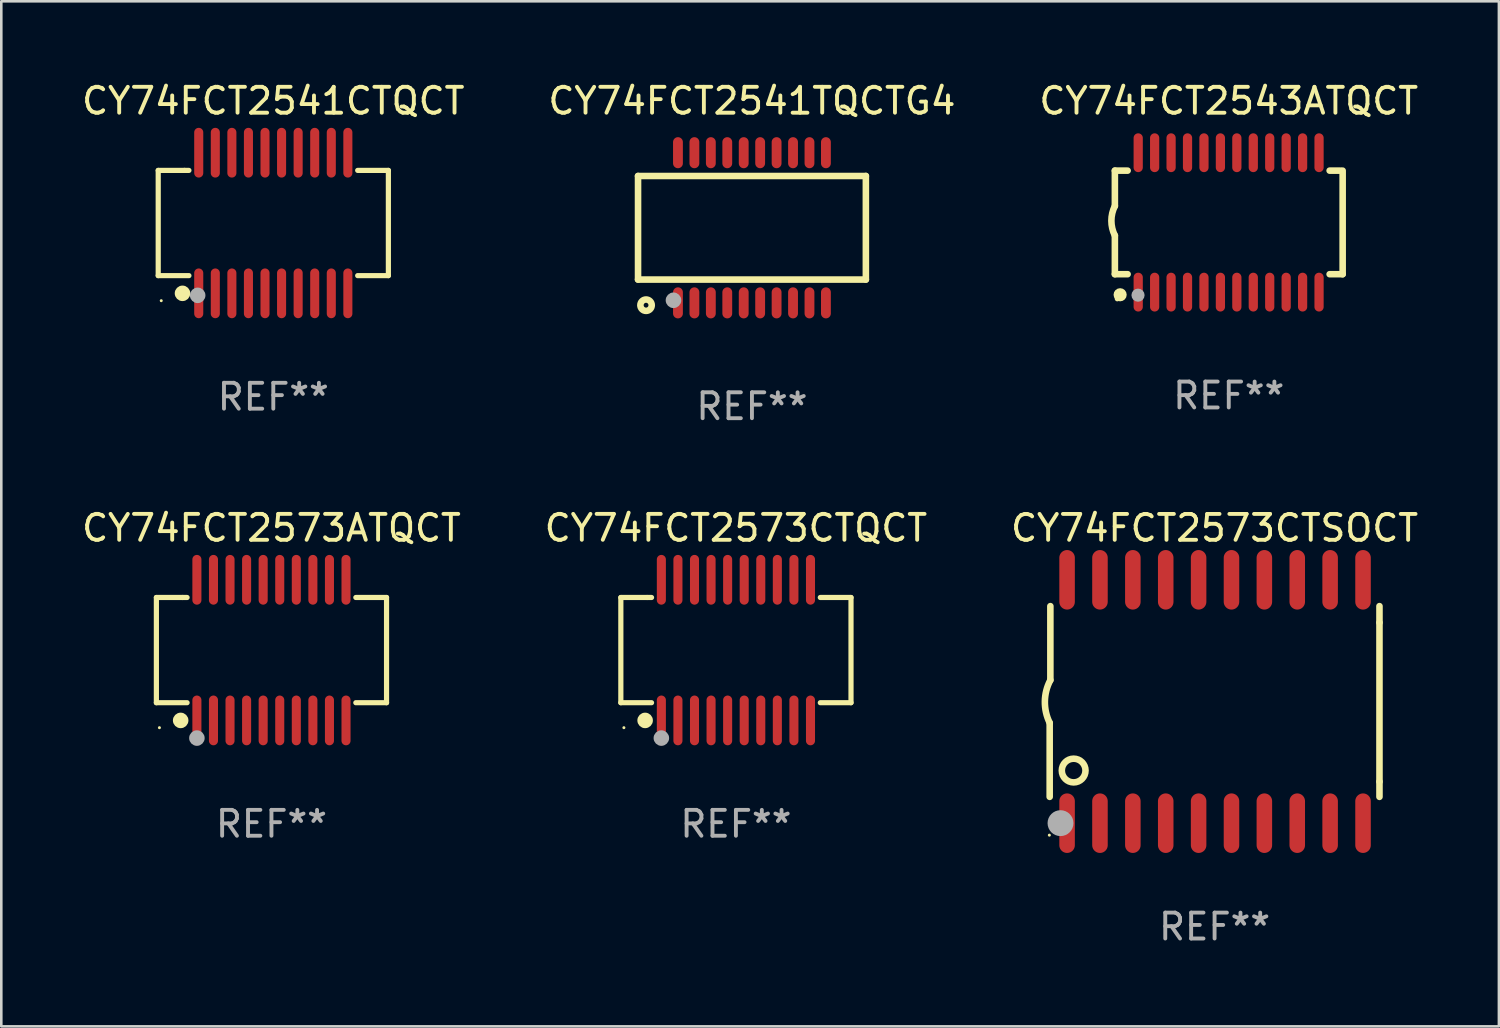
<source format=kicad_pcb>
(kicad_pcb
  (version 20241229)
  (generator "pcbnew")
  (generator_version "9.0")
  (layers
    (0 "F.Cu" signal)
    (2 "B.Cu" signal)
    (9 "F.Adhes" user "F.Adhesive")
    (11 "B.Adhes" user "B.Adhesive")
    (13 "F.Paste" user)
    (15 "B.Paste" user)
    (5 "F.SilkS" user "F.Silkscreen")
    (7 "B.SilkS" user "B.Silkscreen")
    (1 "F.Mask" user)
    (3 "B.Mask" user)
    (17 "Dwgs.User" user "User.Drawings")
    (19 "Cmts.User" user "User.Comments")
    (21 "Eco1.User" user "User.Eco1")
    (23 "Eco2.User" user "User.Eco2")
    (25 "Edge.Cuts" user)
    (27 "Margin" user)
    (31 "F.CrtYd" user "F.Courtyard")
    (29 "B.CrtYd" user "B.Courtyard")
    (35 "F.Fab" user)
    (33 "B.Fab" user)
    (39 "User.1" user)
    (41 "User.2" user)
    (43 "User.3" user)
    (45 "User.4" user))
  (footprint "CY74FCT2543ATQCT"
    (layer "F.Cu")
    (at 44.411 5.541)
    (property "Reference" "CY74FCT2543ATQCT" (at 0 -4.692 0) (layer "F.SilkS") (effects (font (size 1 1) (thickness 0.15))))
    (attr through_hole)
    (fp_line (start -4.399 -2) (end -4.399 -0.635) (stroke (width 0.254) (type solid)) (layer "F.SilkS"))
    (fp_line (start -4.399 -2) (end -3.907 -2) (stroke (width 0.254) (type solid)) (layer "F.SilkS"))
    (fp_line (start -4.399 2) (end -4.399 0.508) (stroke (width 0.254) (type solid)) (layer "F.SilkS"))
    (fp_line (start -4.399 2) (end -3.907 2) (stroke (width 0.254) (type solid)) (layer "F.SilkS"))
    (fp_line (start 3.896 -2) (end 4.313 -2) (stroke (width 0.254) (type solid)) (layer "F.SilkS"))
    (fp_line (start 3.896 2) (end 4.399 2) (stroke (width 0.254) (type solid)) (layer "F.SilkS"))
    (fp_line (start 4.399 2) (end 4.399 -2) (stroke (width 0.254) (type solid)) (layer "F.SilkS"))
    (fp_arc (start -4.399301 0.508001) (mid -4.534214 -0.0635) (end -4.399301 -0.635001) (stroke (width 0.254001) (type solid)) (layer "F.SilkS"))
    (fp_circle (center -4.305 2.95) (end -4.255 2.95) (stroke (width 0.1) (type solid)) (fill no) (layer "F.SilkS"))
    (fp_circle (center -4.196 2.794) (end -4.069 2.794) (stroke (width 0.254) (type solid)) (fill no) (layer "F.SilkS"))
    (fp_circle (center -3.505 2.81) (end -3.378 2.81) (stroke (width 0.254) (type solid)) (fill no) (layer "F.Fab"))
    (fp_text user "REF**" (at 0 6.692 0) (layer "F.Fab") (effects (font (size 1 1) (thickness 0.15))))
    (pad "1" smd oval (at -3.498 2.692 90) (size 1.5 0.356) (layers "F.Cu" "F.Mask" "F.Paste"))
    (pad "2" smd oval (at -2.863 2.692 90) (size 1.5 0.356) (layers "F.Cu" "F.Mask" "F.Paste"))
    (pad "3" smd oval (at -2.228 2.692 90) (size 1.5 0.356) (layers "F.Cu" "F.Mask" "F.Paste"))
    (pad "4" smd oval (at -1.593 2.692 90) (size 1.5 0.356) (layers "F.Cu" "F.Mask" "F.Paste"))
    (pad "5" smd oval (at -0.958 2.692 90) (size 1.5 0.356) (layers "F.Cu" "F.Mask" "F.Paste"))
    (pad "6" smd oval (at -0.323 2.692 90) (size 1.5 0.356) (layers "F.Cu" "F.Mask" "F.Paste"))
    (pad "7" smd oval (at 0.312 2.692 90) (size 1.5 0.356) (layers "F.Cu" "F.Mask" "F.Paste"))
    (pad "8" smd oval (at 0.947 2.692 90) (size 1.5 0.356) (layers "F.Cu" "F.Mask" "F.Paste"))
    (pad "9" smd oval (at 1.582 2.692 90) (size 1.5 0.356) (layers "F.Cu" "F.Mask" "F.Paste"))
    (pad "10" smd oval (at 2.217 2.692 90) (size 1.5 0.356) (layers "F.Cu" "F.Mask" "F.Paste"))
    (pad "11" smd oval (at 2.852 2.692 90) (size 1.5 0.356) (layers "F.Cu" "F.Mask" "F.Paste"))
    (pad "12" smd oval (at 3.487 2.692 90) (size 1.5 0.356) (layers "F.Cu" "F.Mask" "F.Paste"))
    (pad "13" smd oval (at 3.487 -2.692 90) (size 1.5 0.356) (layers "F.Cu" "F.Mask" "F.Paste"))
    (pad "14" smd oval (at 2.852 -2.692 90) (size 1.5 0.356) (layers "F.Cu" "F.Mask" "F.Paste"))
    (pad "15" smd oval (at 2.217 -2.692 90) (size 1.5 0.356) (layers "F.Cu" "F.Mask" "F.Paste"))
    (pad "16" smd oval (at 1.582 -2.692 90) (size 1.5 0.356) (layers "F.Cu" "F.Mask" "F.Paste"))
    (pad "17" smd oval (at 0.947 -2.692 90) (size 1.5 0.356) (layers "F.Cu" "F.Mask" "F.Paste"))
    (pad "18" smd oval (at 0.312 -2.692 90) (size 1.5 0.356) (layers "F.Cu" "F.Mask" "F.Paste"))
    (pad "19" smd oval (at -0.323 -2.692 90) (size 1.5 0.356) (layers "F.Cu" "F.Mask" "F.Paste"))
    (pad "20" smd oval (at -0.958 -2.692 90) (size 1.5 0.356) (layers "F.Cu" "F.Mask" "F.Paste"))
    (pad "21" smd oval (at -1.593 -2.692 90) (size 1.5 0.356) (layers "F.Cu" "F.Mask" "F.Paste"))
    (pad "22" smd oval (at -2.228 -2.692 90) (size 1.5 0.356) (layers "F.Cu" "F.Mask" "F.Paste"))
    (pad "23" smd oval (at -2.863 -2.692 90) (size 1.5 0.356) (layers "F.Cu" "F.Mask" "F.Paste"))
    (pad "24" smd oval (at -3.498 -2.692 90) (size 1.5 0.356) (layers "F.Cu" "F.Mask" "F.Paste")))
  (footprint "CY74FCT2541TQCTG4"
    (layer "F.Cu")
    (at 25.994 5.748)
    (property "Reference" "CY74FCT2541TQCTG4" (at 0 -4.9 0) (layer "F.SilkS") (effects (font (size 1 1) (thickness 0.15))))
    (attr through_hole)
    (fp_line (start -4.4 -2) (end -4.4 2) (stroke (width 0.254) (type solid)) (layer "F.SilkS"))
    (fp_line (start -4.4 -2) (end 4.4 -2) (stroke (width 0.254) (type solid)) (layer "F.SilkS"))
    (fp_line (start -4.4 2) (end 4.4 2) (stroke (width 0.254) (type solid)) (layer "F.SilkS"))
    (fp_line (start 4.4 -2) (end 4.4 2) (stroke (width 0.254) (type solid)) (layer "F.SilkS"))
    (fp_circle (center -4.351 3) (end -4.321 3) (stroke (width 0.06) (type solid)) (fill no) (layer "F.SilkS"))
    (fp_circle (center -4.09 2.99) (end -3.87 2.99) (stroke (width 0.254) (type solid)) (fill no) (layer "F.SilkS"))
    (fp_circle (center -3.031 2.8) (end -2.88 2.8) (stroke (width 0.3) (type solid)) (fill no) (layer "F.Fab"))
    (fp_text user "REF**" (at 0 6.9 0) (layer "F.Fab") (effects (font (size 1 1) (thickness 0.15))))
    (pad "1" smd oval (at -2.858 2.9 180) (size 0.38 1.2) (layers "F.Cu" "F.Mask" "F.Paste"))
    (pad "2" smd oval (at -2.223 2.9 180) (size 0.38 1.2) (layers "F.Cu" "F.Mask" "F.Paste"))
    (pad "3" smd oval (at -1.588 2.9 180) (size 0.38 1.2) (layers "F.Cu" "F.Mask" "F.Paste"))
    (pad "4" smd oval (at -0.953 2.9 180) (size 0.38 1.2) (layers "F.Cu" "F.Mask" "F.Paste"))
    (pad "5" smd oval (at -0.318 2.9 180) (size 0.38 1.2) (layers "F.Cu" "F.Mask" "F.Paste"))
    (pad "6" smd oval (at 0.317 2.9 180) (size 0.38 1.2) (layers "F.Cu" "F.Mask" "F.Paste"))
    (pad "7" smd oval (at 0.952 2.9 180) (size 0.38 1.2) (layers "F.Cu" "F.Mask" "F.Paste"))
    (pad "8" smd oval (at 1.587 2.9 180) (size 0.38 1.2) (layers "F.Cu" "F.Mask" "F.Paste"))
    (pad "9" smd oval (at 2.222 2.9 180) (size 0.38 1.2) (layers "F.Cu" "F.Mask" "F.Paste"))
    (pad "10" smd oval (at 2.857 2.9 180) (size 0.38 1.2) (layers "F.Cu" "F.Mask" "F.Paste"))
    (pad "11" smd oval (at 2.857 -2.9) (size 0.38 1.2) (layers "F.Cu" "F.Mask" "F.Paste"))
    (pad "12" smd oval (at 2.222 -2.9) (size 0.38 1.2) (layers "F.Cu" "F.Mask" "F.Paste"))
    (pad "13" smd oval (at 1.587 -2.9) (size 0.38 1.2) (layers "F.Cu" "F.Mask" "F.Paste"))
    (pad "14" smd oval (at 0.952 -2.9) (size 0.38 1.2) (layers "F.Cu" "F.Mask" "F.Paste"))
    (pad "15" smd oval (at 0.317 -2.9) (size 0.38 1.2) (layers "F.Cu" "F.Mask" "F.Paste"))
    (pad "16" smd oval (at -0.318 -2.9) (size 0.38 1.2) (layers "F.Cu" "F.Mask" "F.Paste"))
    (pad "17" smd oval (at -0.953 -2.9) (size 0.38 1.2) (layers "F.Cu" "F.Mask" "F.Paste"))
    (pad "18" smd oval (at -1.588 -2.9) (size 0.38 1.2) (layers "F.Cu" "F.Mask" "F.Paste"))
    (pad "19" smd oval (at -2.223 -2.9) (size 0.38 1.2) (layers "F.Cu" "F.Mask" "F.Paste"))
    (pad "20" smd oval (at -2.858 -2.9) (size 0.38 1.2) (layers "F.Cu" "F.Mask" "F.Paste")))
  (footprint "CY74FCT2573CTSOCT"
    (layer "F.Cu")
    (at 43.863 24.045)
    (property "Reference" "CY74FCT2573CTSOCT" (at 0 -6.7 0) (layer "F.SilkS") (effects (font (size 1 1) (thickness 0.15))))
    (attr through_hole)
    (fp_line (start -6.369 0.826) (end -6.369 3.683) (stroke (width 0.254) (type solid)) (layer "F.SilkS"))
    (fp_line (start -6.343 -0.825) (end -6.343 -3.683) (stroke (width 0.254) (type solid)) (layer "F.SilkS"))
    (fp_line (start 6.369 -3.048) (end 6.369 -3.683) (stroke (width 0.254) (type solid)) (layer "F.SilkS"))
    (fp_line (start 6.369 -3.048) (end 6.369 3.096) (stroke (width 0.254) (type solid)) (layer "F.SilkS"))
    (fp_line (start 6.369 3.096) (end 6.369 3.683) (stroke (width 0.254) (type solid)) (layer "F.SilkS"))
    (fp_arc (start -6.36853 0.825552) (mid -6.554743 -0.00301) (end -6.343129 -0.825451) (stroke (width 0.254001) (type solid)) (layer "F.SilkS"))
    (fp_circle (center -6.382 5.163) (end -6.352 5.163) (stroke (width 0.06) (type solid)) (fill no) (layer "F.SilkS"))
    (fp_circle (center -5.443 2.667) (end -4.985 2.667) (stroke (width 0.254) (type solid)) (fill no) (layer "F.SilkS"))
    (fp_circle (center -5.951 4.699) (end -5.701 4.699) (stroke (width 0.5) (type solid)) (fill no) (layer "F.Fab"))
    (fp_text user "REF**" (at 0 8.7 0) (layer "F.Fab") (effects (font (size 1 1) (thickness 0.15))))
    (pad "1" smd oval (at -5.697 4.7 180) (size 0.6 2.3) (layers "F.Cu" "F.Mask" "F.Paste"))
    (pad "2" smd oval (at -4.427 4.7 180) (size 0.6 2.3) (layers "F.Cu" "F.Mask" "F.Paste"))
    (pad "3" smd oval (at -3.157 4.7 180) (size 0.6 2.3) (layers "F.Cu" "F.Mask" "F.Paste"))
    (pad "4" smd oval (at -1.887 4.7 180) (size 0.6 2.3) (layers "F.Cu" "F.Mask" "F.Paste"))
    (pad "5" smd oval (at -0.617 4.7 180) (size 0.6 2.3) (layers "F.Cu" "F.Mask" "F.Paste"))
    (pad "6" smd oval (at 0.653 4.7 180) (size 0.6 2.3) (layers "F.Cu" "F.Mask" "F.Paste"))
    (pad "7" smd oval (at 1.923 4.7 180) (size 0.6 2.3) (layers "F.Cu" "F.Mask" "F.Paste"))
    (pad "8" smd oval (at 3.193 4.7 180) (size 0.6 2.3) (layers "F.Cu" "F.Mask" "F.Paste"))
    (pad "9" smd oval (at 4.463 4.7 180) (size 0.6 2.3) (layers "F.Cu" "F.Mask" "F.Paste"))
    (pad "10" smd oval (at 5.734 4.7 180) (size 0.6 2.3) (layers "F.Cu" "F.Mask" "F.Paste"))
    (pad "11" smd oval (at 5.734 -4.7 180) (size 0.6 2.3) (layers "F.Cu" "F.Mask" "F.Paste"))
    (pad "12" smd oval (at 4.463 -4.7 180) (size 0.6 2.3) (layers "F.Cu" "F.Mask" "F.Paste"))
    (pad "13" smd oval (at 3.193 -4.7 180) (size 0.6 2.3) (layers "F.Cu" "F.Mask" "F.Paste"))
    (pad "14" smd oval (at 1.923 -4.7 180) (size 0.6 2.3) (layers "F.Cu" "F.Mask" "F.Paste"))
    (pad "15" smd oval (at 0.653 -4.7 180) (size 0.6 2.3) (layers "F.Cu" "F.Mask" "F.Paste"))
    (pad "16" smd oval (at -0.617 -4.7 180) (size 0.6 2.3) (layers "F.Cu" "F.Mask" "F.Paste"))
    (pad "17" smd oval (at -1.887 -4.7 180) (size 0.6 2.3) (layers "F.Cu" "F.Mask" "F.Paste"))
    (pad "18" smd oval (at -3.157 -4.7 180) (size 0.6 2.3) (layers "F.Cu" "F.Mask" "F.Paste"))
    (pad "19" smd oval (at -4.427 -4.7 180) (size 0.6 2.3) (layers "F.Cu" "F.Mask" "F.Paste"))
    (pad "20" smd oval (at -5.697 -4.7 180) (size 0.6 2.3) (layers "F.Cu" "F.Mask" "F.Paste")))
  (footprint "CY74FCT2573CTQCT"
    (layer "F.Cu")
    (at 25.375 22.06)
    (property "Reference" "CY74FCT2573CTQCT" (at 0 -4.716 0) (layer "F.SilkS") (effects (font (size 1 1) (thickness 0.15))))
    (attr through_hole)
    (fp_line (start -4.445 -2.032) (end -4.445 2.032) (stroke (width 0.2) (type solid)) (layer "F.SilkS"))
    (fp_line (start -4.445 2.032) (end -3.259 2.032) (stroke (width 0.2) (type solid)) (layer "F.SilkS"))
    (fp_line (start -3.429 -2.032) (end -4.445 -2.032) (stroke (width 0.2) (type solid)) (layer "F.SilkS"))
    (fp_line (start -3.259 -2.032) (end -3.429 -2.032) (stroke (width 0.2) (type solid)) (layer "F.SilkS"))
    (fp_line (start 3.259 2.032) (end 4.445 2.032) (stroke (width 0.2) (type solid)) (layer "F.SilkS"))
    (fp_line (start 4.445 -2.032) (end 3.259 -2.032) (stroke (width 0.2) (type solid)) (layer "F.SilkS"))
    (fp_line (start 4.445 2.032) (end 4.445 -2.032) (stroke (width 0.2) (type solid)) (layer "F.SilkS"))
    (fp_circle (center -4.327 2.997) (end -4.297 2.997) (stroke (width 0.06) (type solid)) (fill no) (layer "F.SilkS"))
    (fp_circle (center -3.507 2.716) (end -3.357 2.716) (stroke (width 0.3) (type solid)) (fill no) (layer "F.SilkS"))
    (fp_circle (center -2.88 3.398) (end -2.73 3.398) (stroke (width 0.3) (type solid)) (fill no) (layer "F.Fab"))
    (fp_text user "REF**" (at 0 6.716 0) (layer "F.Fab") (effects (font (size 1 1) (thickness 0.15))))
    (pad "1" smd oval (at -2.88 2.716) (size 0.35 1.922) (layers "F.Cu" "F.Mask" "F.Paste"))
    (pad "2" smd oval (at -2.24 2.716) (size 0.35 1.922) (layers "F.Cu" "F.Mask" "F.Paste"))
    (pad "3" smd oval (at -1.6 2.716) (size 0.35 1.922) (layers "F.Cu" "F.Mask" "F.Paste"))
    (pad "4" smd oval (at -0.96 2.716) (size 0.35 1.922) (layers "F.Cu" "F.Mask" "F.Paste"))
    (pad "5" smd oval (at -0.32 2.716) (size 0.35 1.922) (layers "F.Cu" "F.Mask" "F.Paste"))
    (pad "6" smd oval (at 0.32 2.716) (size 0.35 1.922) (layers "F.Cu" "F.Mask" "F.Paste"))
    (pad "7" smd oval (at 0.96 2.716) (size 0.35 1.922) (layers "F.Cu" "F.Mask" "F.Paste"))
    (pad "8" smd oval (at 1.6 2.716) (size 0.35 1.922) (layers "F.Cu" "F.Mask" "F.Paste"))
    (pad "9" smd oval (at 2.24 2.716) (size 0.35 1.922) (layers "F.Cu" "F.Mask" "F.Paste"))
    (pad "10" smd oval (at 2.88 2.716) (size 0.35 1.922) (layers "F.Cu" "F.Mask" "F.Paste"))
    (pad "11" smd oval (at 2.88 -2.716) (size 0.35 1.922) (layers "F.Cu" "F.Mask" "F.Paste"))
    (pad "12" smd oval (at 2.24 -2.716) (size 0.35 1.922) (layers "F.Cu" "F.Mask" "F.Paste"))
    (pad "13" smd oval (at 1.6 -2.716) (size 0.35 1.922) (layers "F.Cu" "F.Mask" "F.Paste"))
    (pad "14" smd oval (at 0.96 -2.716) (size 0.35 1.922) (layers "F.Cu" "F.Mask" "F.Paste"))
    (pad "15" smd oval (at 0.32 -2.716) (size 0.35 1.922) (layers "F.Cu" "F.Mask" "F.Paste"))
    (pad "16" smd oval (at -0.32 -2.716) (size 0.35 1.922) (layers "F.Cu" "F.Mask" "F.Paste"))
    (pad "17" smd oval (at -0.96 -2.716) (size 0.35 1.922) (layers "F.Cu" "F.Mask" "F.Paste"))
    (pad "18" smd oval (at -1.6 -2.716) (size 0.35 1.922) (layers "F.Cu" "F.Mask" "F.Paste"))
    (pad "19" smd oval (at -2.24 -2.716) (size 0.35 1.922) (layers "F.Cu" "F.Mask" "F.Paste"))
    (pad "20" smd oval (at -2.88 -2.716) (size 0.35 1.922) (layers "F.Cu" "F.Mask" "F.Paste")))
  (footprint "CY74FCT2541CTQCT"
    (layer "F.Cu")
    (at 7.506 5.564)
    (property "Reference" "CY74FCT2541CTQCT" (at 0 -4.716 0) (layer "F.SilkS") (effects (font (size 1 1) (thickness 0.15))))
    (attr through_hole)
    (fp_line (start -4.445 -2.032) (end -4.445 2.032) (stroke (width 0.2) (type solid)) (layer "F.SilkS"))
    (fp_line (start -4.445 2.032) (end -3.259 2.032) (stroke (width 0.2) (type solid)) (layer "F.SilkS"))
    (fp_line (start -3.429 -2.032) (end -4.445 -2.032) (stroke (width 0.2) (type solid)) (layer "F.SilkS"))
    (fp_line (start -3.259 -2.032) (end -3.429 -2.032) (stroke (width 0.2) (type solid)) (layer "F.SilkS"))
    (fp_line (start 3.259 2.032) (end 4.445 2.032) (stroke (width 0.2) (type solid)) (layer "F.SilkS"))
    (fp_line (start 4.445 -2.032) (end 3.259 -2.032) (stroke (width 0.2) (type solid)) (layer "F.SilkS"))
    (fp_line (start 4.445 2.032) (end 4.445 -2.032) (stroke (width 0.2) (type solid)) (layer "F.SilkS"))
    (fp_circle (center -4.328 3) (end -4.298 3) (stroke (width 0.06) (type solid)) (fill no) (layer "F.SilkS"))
    (fp_circle (center -3.507 2.716) (end -3.357 2.716) (stroke (width 0.3) (type solid)) (fill no) (layer "F.SilkS"))
    (fp_circle (center -2.921 2.794) (end -2.771 2.794) (stroke (width 0.3) (type solid)) (fill no) (layer "F.Fab"))
    (fp_text user "REF**" (at 0 6.716 0) (layer "F.Fab") (effects (font (size 1 1) (thickness 0.15))))
    (pad "1" smd oval (at -2.88 2.716) (size 0.35 1.922) (layers "F.Cu" "F.Mask" "F.Paste"))
    (pad "2" smd oval (at -2.24 2.716) (size 0.35 1.922) (layers "F.Cu" "F.Mask" "F.Paste"))
    (pad "3" smd oval (at -1.6 2.716) (size 0.35 1.922) (layers "F.Cu" "F.Mask" "F.Paste"))
    (pad "4" smd oval (at -0.96 2.716) (size 0.35 1.922) (layers "F.Cu" "F.Mask" "F.Paste"))
    (pad "5" smd oval (at -0.32 2.716) (size 0.35 1.922) (layers "F.Cu" "F.Mask" "F.Paste"))
    (pad "6" smd oval (at 0.32 2.716) (size 0.35 1.922) (layers "F.Cu" "F.Mask" "F.Paste"))
    (pad "7" smd oval (at 0.96 2.716) (size 0.35 1.922) (layers "F.Cu" "F.Mask" "F.Paste"))
    (pad "8" smd oval (at 1.6 2.716) (size 0.35 1.922) (layers "F.Cu" "F.Mask" "F.Paste"))
    (pad "9" smd oval (at 2.24 2.716) (size 0.35 1.922) (layers "F.Cu" "F.Mask" "F.Paste"))
    (pad "10" smd oval (at 2.88 2.716) (size 0.35 1.922) (layers "F.Cu" "F.Mask" "F.Paste"))
    (pad "11" smd oval (at 2.88 -2.716) (size 0.35 1.922) (layers "F.Cu" "F.Mask" "F.Paste"))
    (pad "12" smd oval (at 2.24 -2.716) (size 0.35 1.922) (layers "F.Cu" "F.Mask" "F.Paste"))
    (pad "13" smd oval (at 1.6 -2.716) (size 0.35 1.922) (layers "F.Cu" "F.Mask" "F.Paste"))
    (pad "14" smd oval (at 0.96 -2.716) (size 0.35 1.922) (layers "F.Cu" "F.Mask" "F.Paste"))
    (pad "15" smd oval (at 0.32 -2.716) (size 0.35 1.922) (layers "F.Cu" "F.Mask" "F.Paste"))
    (pad "16" smd oval (at -0.32 -2.716) (size 0.35 1.922) (layers "F.Cu" "F.Mask" "F.Paste"))
    (pad "17" smd oval (at -0.96 -2.716) (size 0.35 1.922) (layers "F.Cu" "F.Mask" "F.Paste"))
    (pad "18" smd oval (at -1.6 -2.716) (size 0.35 1.922) (layers "F.Cu" "F.Mask" "F.Paste"))
    (pad "19" smd oval (at -2.24 -2.716) (size 0.35 1.922) (layers "F.Cu" "F.Mask" "F.Paste"))
    (pad "20" smd oval (at -2.88 -2.716) (size 0.35 1.922) (layers "F.Cu" "F.Mask" "F.Paste")))
  (footprint "CY74FCT2573ATQCT"
    (layer "F.Cu")
    (at 7.435 22.06)
    (property "Reference" "CY74FCT2573ATQCT" (at 0 -4.716 0) (layer "F.SilkS") (effects (font (size 1 1) (thickness 0.15))))
    (attr through_hole)
    (fp_line (start -4.445 -2.032) (end -4.445 2.032) (stroke (width 0.2) (type solid)) (layer "F.SilkS"))
    (fp_line (start -4.445 2.032) (end -3.259 2.032) (stroke (width 0.2) (type solid)) (layer "F.SilkS"))
    (fp_line (start -3.429 -2.032) (end -4.445 -2.032) (stroke (width 0.2) (type solid)) (layer "F.SilkS"))
    (fp_line (start -3.259 -2.032) (end -3.429 -2.032) (stroke (width 0.2) (type solid)) (layer "F.SilkS"))
    (fp_line (start 3.259 2.032) (end 4.445 2.032) (stroke (width 0.2) (type solid)) (layer "F.SilkS"))
    (fp_line (start 4.445 -2.032) (end 3.259 -2.032) (stroke (width 0.2) (type solid)) (layer "F.SilkS"))
    (fp_line (start 4.445 2.032) (end 4.445 -2.032) (stroke (width 0.2) (type solid)) (layer "F.SilkS"))
    (fp_circle (center -4.327 2.997) (end -4.297 2.997) (stroke (width 0.06) (type solid)) (fill no) (layer "F.SilkS"))
    (fp_circle (center -3.507 2.716) (end -3.357 2.716) (stroke (width 0.3) (type solid)) (fill no) (layer "F.SilkS"))
    (fp_circle (center -2.88 3.398) (end -2.73 3.398) (stroke (width 0.3) (type solid)) (fill no) (layer "F.Fab"))
    (fp_text user "REF**" (at 0 6.716 0) (layer "F.Fab") (effects (font (size 1 1) (thickness 0.15))))
    (pad "1" smd oval (at -2.88 2.716) (size 0.35 1.922) (layers "F.Cu" "F.Mask" "F.Paste"))
    (pad "2" smd oval (at -2.24 2.716) (size 0.35 1.922) (layers "F.Cu" "F.Mask" "F.Paste"))
    (pad "3" smd oval (at -1.6 2.716) (size 0.35 1.922) (layers "F.Cu" "F.Mask" "F.Paste"))
    (pad "4" smd oval (at -0.96 2.716) (size 0.35 1.922) (layers "F.Cu" "F.Mask" "F.Paste"))
    (pad "5" smd oval (at -0.32 2.716) (size 0.35 1.922) (layers "F.Cu" "F.Mask" "F.Paste"))
    (pad "6" smd oval (at 0.32 2.716) (size 0.35 1.922) (layers "F.Cu" "F.Mask" "F.Paste"))
    (pad "7" smd oval (at 0.96 2.716) (size 0.35 1.922) (layers "F.Cu" "F.Mask" "F.Paste"))
    (pad "8" smd oval (at 1.6 2.716) (size 0.35 1.922) (layers "F.Cu" "F.Mask" "F.Paste"))
    (pad "9" smd oval (at 2.24 2.716) (size 0.35 1.922) (layers "F.Cu" "F.Mask" "F.Paste"))
    (pad "10" smd oval (at 2.88 2.716) (size 0.35 1.922) (layers "F.Cu" "F.Mask" "F.Paste"))
    (pad "11" smd oval (at 2.88 -2.716) (size 0.35 1.922) (layers "F.Cu" "F.Mask" "F.Paste"))
    (pad "12" smd oval (at 2.24 -2.716) (size 0.35 1.922) (layers "F.Cu" "F.Mask" "F.Paste"))
    (pad "13" smd oval (at 1.6 -2.716) (size 0.35 1.922) (layers "F.Cu" "F.Mask" "F.Paste"))
    (pad "14" smd oval (at 0.96 -2.716) (size 0.35 1.922) (layers "F.Cu" "F.Mask" "F.Paste"))
    (pad "15" smd oval (at 0.32 -2.716) (size 0.35 1.922) (layers "F.Cu" "F.Mask" "F.Paste"))
    (pad "16" smd oval (at -0.32 -2.716) (size 0.35 1.922) (layers "F.Cu" "F.Mask" "F.Paste"))
    (pad "17" smd oval (at -0.96 -2.716) (size 0.35 1.922) (layers "F.Cu" "F.Mask" "F.Paste"))
    (pad "18" smd oval (at -1.6 -2.716) (size 0.35 1.922) (layers "F.Cu" "F.Mask" "F.Paste"))
    (pad "19" smd oval (at -2.24 -2.716) (size 0.35 1.922) (layers "F.Cu" "F.Mask" "F.Paste"))
    (pad "20" smd oval (at -2.88 -2.716) (size 0.35 1.922) (layers "F.Cu" "F.Mask" "F.Paste")))
  (gr_rect
    (start -3 -3)
    (end 54.845 36.593)
    (stroke (width 0.1) (type default))
    (fill no)
    (layer "Edge.Cuts")))
</source>
